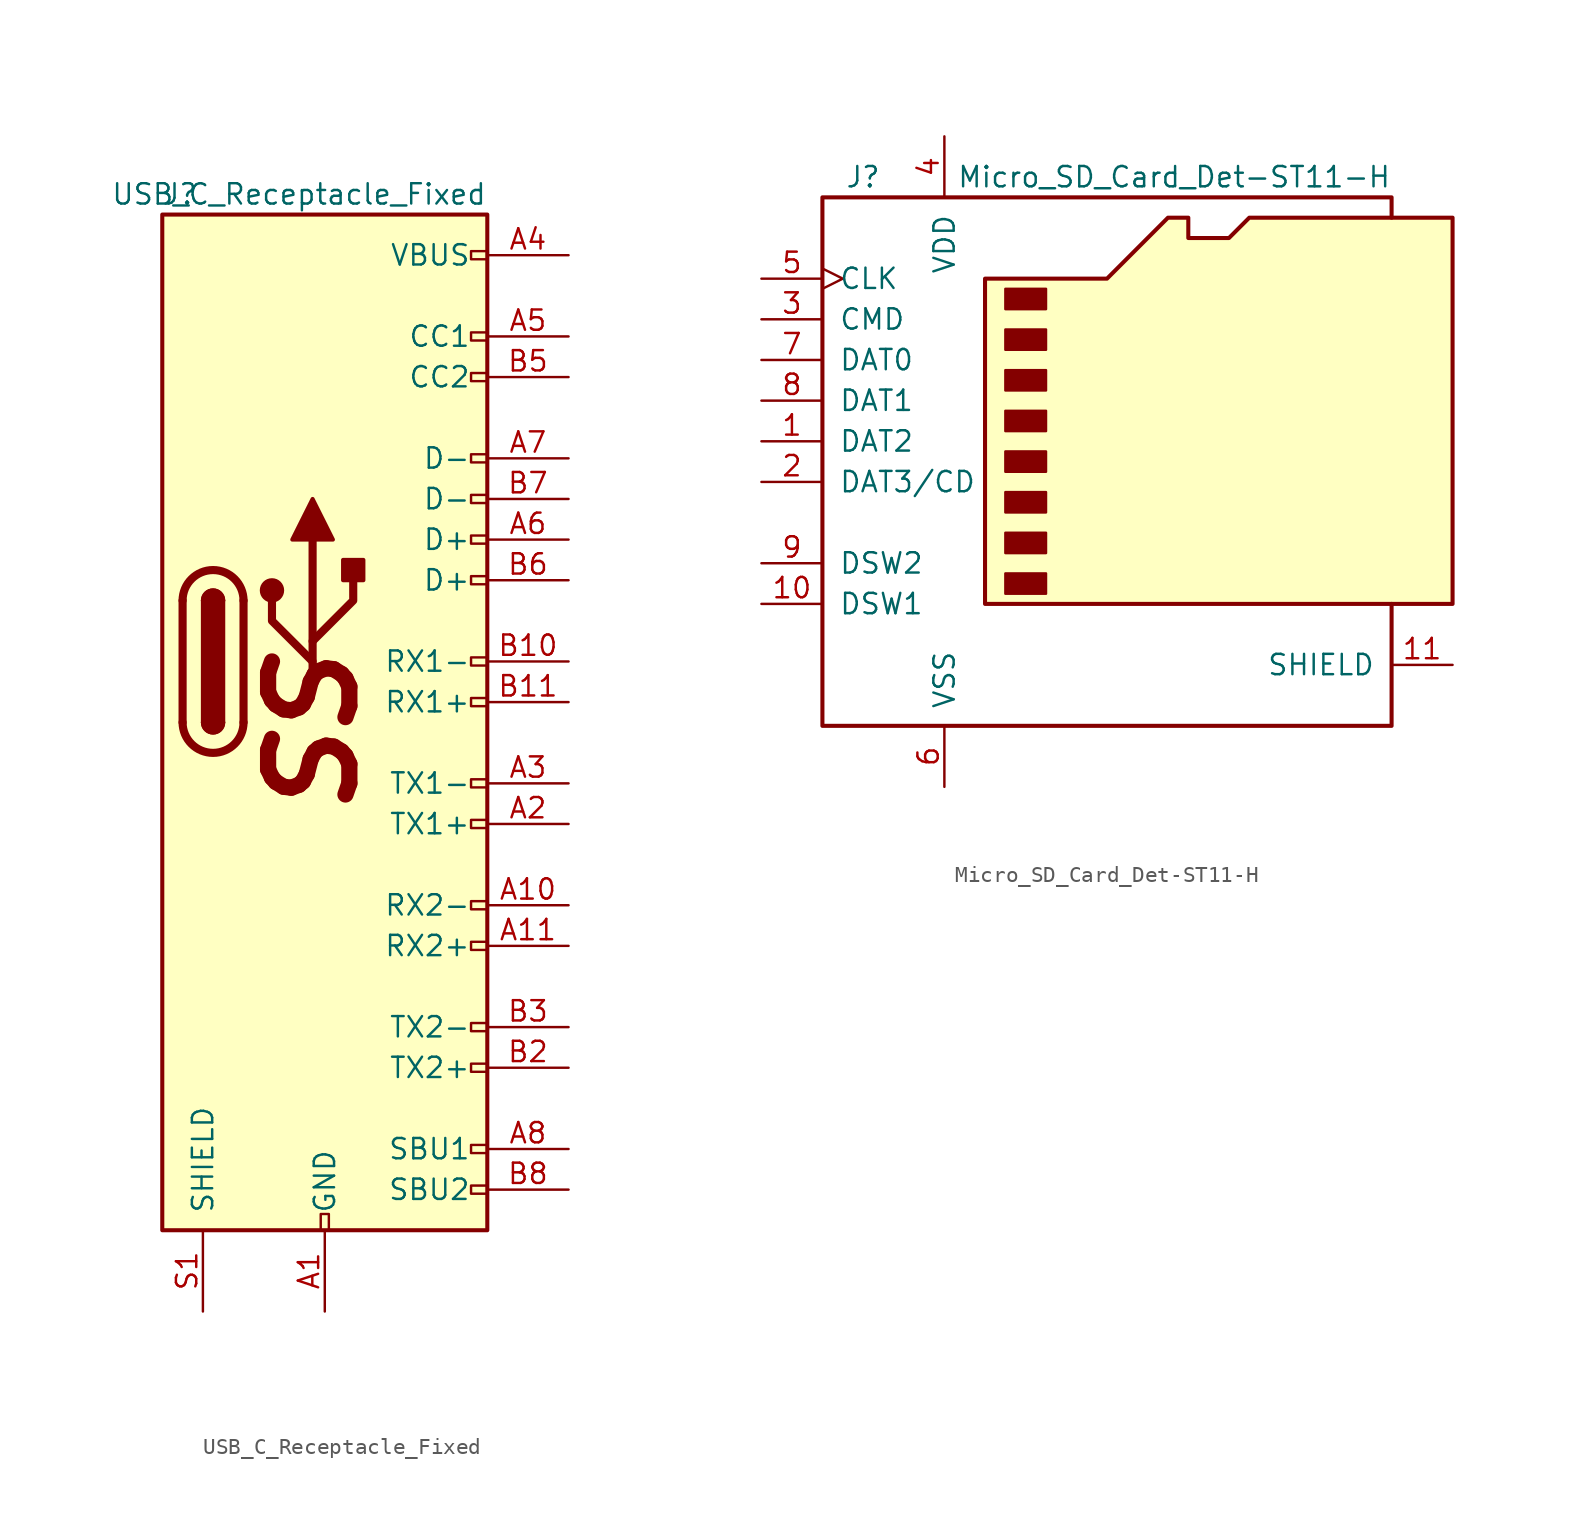
<source format=kicad_sym>
(kicad_symbol_lib
  (version 20201005)
  (generator kicad_symbol_editor)
  (symbol "Connector_RD:USB_C_Receptacle_Fixed"
    (pin_names
      (offset 1.016))
    (property "Reference" "J"
      (at -10.16 29.21 0)
      (effects (font (size 1.27 1.27)) (justify left)))
    (property "Value" "USB_C_Receptacle_Fixed"
      (at 10.16 29.21 0)
      (effects (font (size 1.27 1.27)) (justify right)))
    (symbol "USB_C_Receptacle_Fixed_0_0"
      (text "SS" (at -0.762 -4.445 900) (effects (font (size 5.08 5.08) bold italic)))
      (rectangle (start -0.254 -35.56) (end 0.254 -34.544) (stroke (width 0)) (fill (type none)))
      (rectangle (start 10.16 -32.766) (end 9.144 -33.274) (stroke (width 0)) (fill (type none)))
      (rectangle (start 10.16 -30.226) (end 9.144 -30.734) (stroke (width 0)) (fill (type none)))
      (rectangle (start 10.16 -25.146) (end 9.144 -25.654) (stroke (width 0)) (fill (type none)))
      (rectangle (start 10.16 -22.606) (end 9.144 -23.114) (stroke (width 0)) (fill (type none)))
      (rectangle (start 10.16 -17.526) (end 9.144 -18.034) (stroke (width 0)) (fill (type none)))
      (rectangle (start 10.16 -14.986) (end 9.144 -15.494) (stroke (width 0)) (fill (type none)))
      (rectangle (start 10.16 -9.906) (end 9.144 -10.414) (stroke (width 0)) (fill (type none)))
      (rectangle (start 10.16 -7.366) (end 9.144 -7.874) (stroke (width 0)) (fill (type none)))
      (rectangle (start 10.16 -2.286) (end 9.144 -2.794) (stroke (width 0)) (fill (type none)))
      (rectangle (start 10.16 0.254) (end 9.144 -0.254) (stroke (width 0)) (fill (type none)))
      (rectangle (start 10.16 5.334) (end 9.144 4.826) (stroke (width 0)) (fill (type none)))
      (rectangle (start 10.16 7.874) (end 9.144 7.366) (stroke (width 0)) (fill (type none)))
      (rectangle (start 10.16 10.414) (end 9.144 9.906) (stroke (width 0)) (fill (type none)))
      (rectangle (start 10.16 12.954) (end 9.144 12.446) (stroke (width 0)) (fill (type none)))
      (rectangle (start 10.16 18.034) (end 9.144 17.526) (stroke (width 0)) (fill (type none)))
      (rectangle (start 10.16 20.574) (end 9.144 20.066) (stroke (width 0)) (fill (type none)))
      (rectangle (start 10.16 25.654) (end 9.144 25.146) (stroke (width 0)) (fill (type none))))
    (symbol "USB_C_Receptacle_Fixed_0_1"
      (arc (start -8.89 -3.81) (end -5.08 -3.81) (radius (at -6.985 -3.81) (length 1.905) (angles -179.9 -0.1)) (stroke (width 0.508)) (fill (type none)))
      (arc (start -7.62 -3.81) (end -6.35 -3.81) (radius (at -6.985 -3.81) (length 0.635) (angles -179.9 -0.1)) (stroke (width 0.254)) (fill (type none)))
      (arc (start -6.35 3.81) (end -7.62 3.81) (radius (at -6.985 3.81) (length 0.635) (angles 0.1 179.9)) (stroke (width 0.254)) (fill (type none)))
      (arc (start -5.08 3.81) (end -8.89 3.81) (radius (at -6.985 3.81) (length 1.905) (angles 0.1 179.9)) (stroke (width 0.508)) (fill (type none)))
      (arc (start -7.62 -3.81) (end -6.35 -3.81) (radius (at -6.985 -3.81) (length 0.635) (angles -179.9 -0.1)) (stroke (width 0.254)) (fill (type outline)))
      (arc (start -6.35 3.81) (end -7.62 3.81) (radius (at -6.985 3.81) (length 0.635) (angles 0.1 179.9)) (stroke (width 0.254)) (fill (type outline)))
      (circle (center -3.302 4.445) (radius 0.635) (stroke (width 0.254)) (fill (type outline)))
      (rectangle (start -7.62 -3.81) (end -6.35 3.81) (stroke (width 0.254)) (fill (type outline)))
      (rectangle (start 1.143 5.08) (end 2.413 6.35) (stroke (width 0.254)) (fill (type outline)))
      (rectangle (start -10.16 27.94) (end 10.16 -35.56) (stroke (width 0.254)) (fill (type background)))
      (polyline (pts (xy -8.89 -3.81) (xy -8.89 3.81)) (stroke (width 0.508)) (fill (type none)))
      (polyline (pts (xy -5.08 3.81) (xy -5.08 -3.81)) (stroke (width 0.508)) (fill (type none)))
      (polyline (pts (xy -0.762 -1.27) (xy -0.762 7.62)) (stroke (width 0.508)) (fill (type none)))
      (polyline (pts (xy -0.762 0) (xy -3.302 2.54) (xy -3.302 3.81)) (stroke (width 0.508)) (fill (type none)))
      (polyline (pts (xy -0.762 1.27) (xy 1.778 3.81) (xy 1.778 5.08)) (stroke (width 0.508)) (fill (type none)))
      (polyline (pts (xy -2.032 7.62) (xy -0.762 10.16) (xy 0.508 7.62) (xy -2.032 7.62)) (stroke (width 0.254)) (fill (type outline))))
    (symbol "USB_C_Receptacle_Fixed_1_1"
      (pin power_in line (at 0 -40.64 90) (length 5.08) (name "GND" (effects (font (size 1.27 1.27)))) (number "A1" (effects (font (size 1.27 1.27)))))
      (pin bidirectional line (at 15.24 -15.24 180) (length 5.08) (name "RX2-" (effects (font (size 1.27 1.27)))) (number "A10" (effects (font (size 1.27 1.27)))))
      (pin bidirectional line (at 15.24 -17.78 180) (length 5.08) (name "RX2+" (effects (font (size 1.27 1.27)))) (number "A11" (effects (font (size 1.27 1.27)))))
      (pin power_in line (at 0 -40.64 90) (length 5.08) hide (name "GND" (effects (font (size 1.27 1.27)))) (number "A12" (effects (font (size 1.27 1.27)))))
      (pin bidirectional line (at 15.24 -10.16 180) (length 5.08) (name "TX1+" (effects (font (size 1.27 1.27)))) (number "A2" (effects (font (size 1.27 1.27)))))
      (pin bidirectional line (at 15.24 -7.62 180) (length 5.08) (name "TX1-" (effects (font (size 1.27 1.27)))) (number "A3" (effects (font (size 1.27 1.27)))))
      (pin power_out line (at 15.24 25.4 180) (length 5.08) (name "VBUS" (effects (font (size 1.27 1.27)))) (number "A4" (effects (font (size 1.27 1.27)))))
      (pin bidirectional line (at 15.24 20.32 180) (length 5.08) (name "CC1" (effects (font (size 1.27 1.27)))) (number "A5" (effects (font (size 1.27 1.27)))))
      (pin bidirectional line (at 15.24 7.62 180) (length 5.08) (name "D+" (effects (font (size 1.27 1.27)))) (number "A6" (effects (font (size 1.27 1.27)))))
      (pin bidirectional line (at 15.24 12.7 180) (length 5.08) (name "D-" (effects (font (size 1.27 1.27)))) (number "A7" (effects (font (size 1.27 1.27)))))
      (pin bidirectional line (at 15.24 -30.48 180) (length 5.08) (name "SBU1" (effects (font (size 1.27 1.27)))) (number "A8" (effects (font (size 1.27 1.27)))))
      (pin power_out line (at 15.24 25.4 180) (length 5.08) hide (name "VBUS" (effects (font (size 1.27 1.27)))) (number "A9" (effects (font (size 1.27 1.27)))))
      (pin power_in line (at 0 -40.64 90) (length 5.08) hide (name "GND" (effects (font (size 1.27 1.27)))) (number "B1" (effects (font (size 1.27 1.27)))))
      (pin bidirectional line (at 15.24 0 180) (length 5.08) (name "RX1-" (effects (font (size 1.27 1.27)))) (number "B10" (effects (font (size 1.27 1.27)))))
      (pin bidirectional line (at 15.24 -2.54 180) (length 5.08) (name "RX1+" (effects (font (size 1.27 1.27)))) (number "B11" (effects (font (size 1.27 1.27)))))
      (pin power_in line (at 0 -40.64 90) (length 5.08) hide (name "GND" (effects (font (size 1.27 1.27)))) (number "B12" (effects (font (size 1.27 1.27)))))
      (pin bidirectional line (at 15.24 -25.4 180) (length 5.08) (name "TX2+" (effects (font (size 1.27 1.27)))) (number "B2" (effects (font (size 1.27 1.27)))))
      (pin bidirectional line (at 15.24 -22.86 180) (length 5.08) (name "TX2-" (effects (font (size 1.27 1.27)))) (number "B3" (effects (font (size 1.27 1.27)))))
      (pin power_out line (at 15.24 25.4 180) (length 5.08) hide (name "VBUS" (effects (font (size 1.27 1.27)))) (number "B4" (effects (font (size 1.27 1.27)))))
      (pin bidirectional line (at 15.24 17.78 180) (length 5.08) (name "CC2" (effects (font (size 1.27 1.27)))) (number "B5" (effects (font (size 1.27 1.27)))))
      (pin bidirectional line (at 15.24 5.08 180) (length 5.08) (name "D+" (effects (font (size 1.27 1.27)))) (number "B6" (effects (font (size 1.27 1.27)))))
      (pin bidirectional line (at 15.24 10.16 180) (length 5.08) (name "D-" (effects (font (size 1.27 1.27)))) (number "B7" (effects (font (size 1.27 1.27)))))
      (pin bidirectional line (at 15.24 -33.02 180) (length 5.08) (name "SBU2" (effects (font (size 1.27 1.27)))) (number "B8" (effects (font (size 1.27 1.27)))))
      (pin power_out line (at 15.24 25.4 180) (length 5.08) hide (name "VBUS" (effects (font (size 1.27 1.27)))) (number "B9" (effects (font (size 1.27 1.27)))))
      (pin passive line (at -7.62 -40.64 90) (length 5.08) (name "SHIELD" (effects (font (size 1.27 1.27)))) (number "S1" (effects (font (size 1.27 1.27)))))))
  (symbol "Micro_SD_Card_Det-ST11-H"
    (pin_names
      (offset 1.016))
    (property "Reference" "J"
      (at -16.51 17.78 0)
      (effects (font (size 1.27 1.27))))
    (property "Value" "Micro_SD_Card_Det-ST11-H"
      (at 16.51 17.78 0)
      (effects (font (size 1.27 1.27)) (justify right)))
    (symbol "Micro_SD_Card_Det-ST11-H_0_1"
      (rectangle (start -7.62 -6.985) (end -5.08 -8.255) (stroke (width 0)) (fill (type outline)))
      (rectangle (start -7.62 -4.445) (end -5.08 -5.715) (stroke (width 0)) (fill (type outline)))
      (rectangle (start -7.62 -1.905) (end -5.08 -3.175) (stroke (width 0)) (fill (type outline)))
      (rectangle (start -7.62 0.635) (end -5.08 -0.635) (stroke (width 0)) (fill (type outline)))
      (rectangle (start -7.62 3.175) (end -5.08 1.905) (stroke (width 0)) (fill (type outline)))
      (rectangle (start -7.62 5.715) (end -5.08 4.445) (stroke (width 0)) (fill (type outline)))
      (rectangle (start -7.62 8.255) (end -5.08 6.985) (stroke (width 0)) (fill (type outline)))
      (rectangle (start -7.62 10.795) (end -5.08 9.525) (stroke (width 0)) (fill (type outline)))
      (polyline (pts (xy 16.51 15.24) (xy 16.51 16.51) (xy -19.05 16.51) (xy -19.05 -16.51) (xy 16.51 -16.51) (xy 16.51 -8.89)) (stroke (width 0.254)) (fill (type none)))
      (polyline (pts (xy -8.89 -8.89) (xy -8.89 11.43) (xy -1.27 11.43) (xy 2.54 15.24) (xy 3.81 15.24) (xy 3.81 13.97) (xy 6.35 13.97) (xy 7.62 15.24) (xy 20.32 15.24) (xy 20.32 -8.89) (xy -8.89 -8.89)) (stroke (width 0.254)) (fill (type background))))
    (symbol "Micro_SD_Card_Det-ST11-H_1_1"
      (pin bidirectional line (at -22.86 1.27 0) (length 3.81) (name "DAT2" (effects (font (size 1.27 1.27)))) (number "1" (effects (font (size 1.27 1.27)))))
      (pin passive line (at -22.86 -8.89 0) (length 3.81) (name "DSW1" (effects (font (size 1.27 1.27)))) (number "10" (effects (font (size 1.27 1.27)))))
      (pin passive line (at 20.32 -12.7 180) (length 3.81) (name "SHIELD" (effects (font (size 1.27 1.27)))) (number "11" (effects (font (size 1.27 1.27)))))
      (pin bidirectional line (at -22.86 -1.27 0) (length 3.81) (name "DAT3/CD" (effects (font (size 1.27 1.27)))) (number "2" (effects (font (size 1.27 1.27)))))
      (pin input line (at -22.86 8.89 0) (length 3.81) (name "CMD" (effects (font (size 1.27 1.27)))) (number "3" (effects (font (size 1.27 1.27)))))
      (pin power_in line (at -11.43 20.32 270) (length 3.81) (name "VDD" (effects (font (size 1.27 1.27)))) (number "4" (effects (font (size 1.27 1.27)))))
      (pin input clock (at -22.86 11.43 0) (length 3.81) (name "CLK" (effects (font (size 1.27 1.27)))) (number "5" (effects (font (size 1.27 1.27)))))
      (pin power_in line (at -11.43 -20.32 90) (length 3.81) (name "VSS" (effects (font (size 1.27 1.27)))) (number "6" (effects (font (size 1.27 1.27)))))
      (pin bidirectional line (at -22.86 6.35 0) (length 3.81) (name "DAT0" (effects (font (size 1.27 1.27)))) (number "7" (effects (font (size 1.27 1.27)))))
      (pin bidirectional line (at -22.86 3.81 0) (length 3.81) (name "DAT1" (effects (font (size 1.27 1.27)))) (number "8" (effects (font (size 1.27 1.27)))))
      (pin passive line (at -22.86 -6.35 0) (length 3.81) (name "DSW2" (effects (font (size 1.27 1.27)))) (number "9" (effects (font (size 1.27 1.27))))))))
</source>
